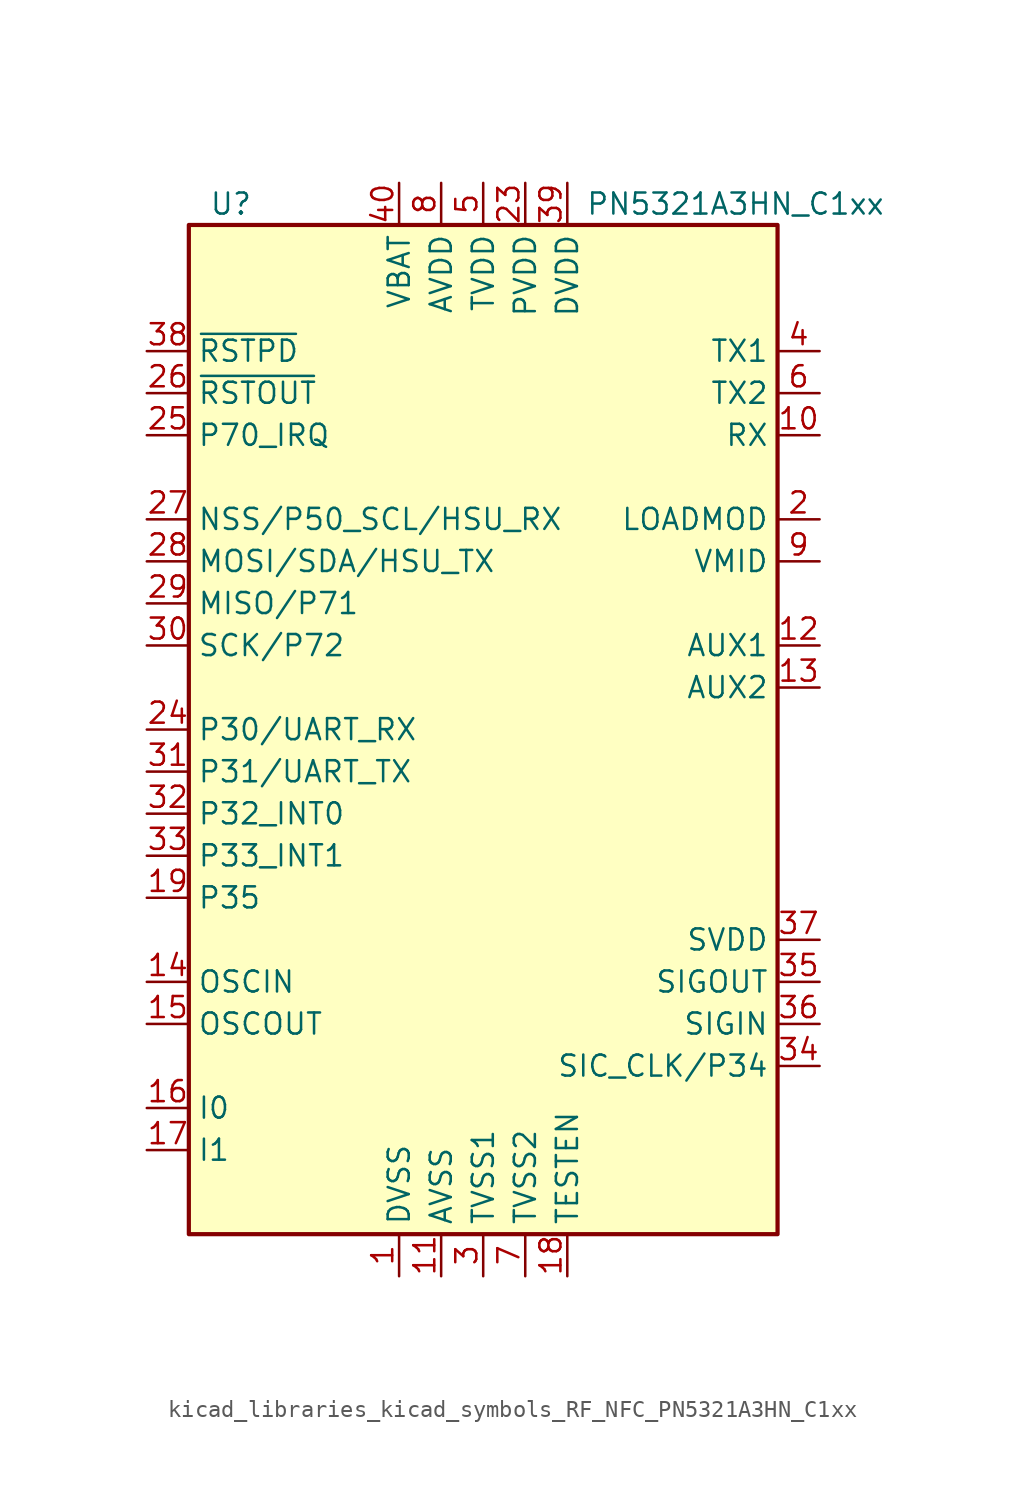
<source format=kicad_sym>
(kicad_symbol_lib
  (version 20220914)
  (generator kicad_symbol_editor)
  (symbol "kicad_libraries_kicad_symbols_RF_NFC_PN5321A3HN_C1xx"
    (property "Reference" "U"
      (at -15.24 31.75 0)
      (effects (font (size 1.27 1.27))))
    (property "Value" "PN5321A3HN_C1xx"
      (at 15.24 31.75 0)
      (effects (font (size 1.27 1.27))))
    (symbol "kicad_libraries_kicad_symbols_RF_NFC_PN5321A3HN_C1xx_0_1"
      (rectangle (start -17.78 30.48) (end 17.78 -30.48) (stroke (width 0.254) (type default)) (fill (type background))))
    (symbol "kicad_libraries_kicad_symbols_RF_NFC_PN5321A3HN_C1xx_1_1"
      (pin power_in line (at -5.08 -33.02 90) (length 2.54) (name "DVSS" (effects (font (size 1.27 1.27)))) (number "1" (effects (font (size 1.27 1.27)))))
      (pin input line (at 20.32 17.78 180) (length 2.54) (name "RX" (effects (font (size 1.27 1.27)))) (number "10" (effects (font (size 1.27 1.27)))))
      (pin power_in line (at -2.54 -33.02 90) (length 2.54) (name "AVSS" (effects (font (size 1.27 1.27)))) (number "11" (effects (font (size 1.27 1.27)))))
      (pin output line (at 20.32 5.08 180) (length 2.54) (name "AUX1" (effects (font (size 1.27 1.27)))) (number "12" (effects (font (size 1.27 1.27)))))
      (pin output line (at 20.32 2.54 180) (length 2.54) (name "AUX2" (effects (font (size 1.27 1.27)))) (number "13" (effects (font (size 1.27 1.27)))))
      (pin input line (at -20.32 -15.24 0) (length 2.54) (name "OSCIN" (effects (font (size 1.27 1.27)))) (number "14" (effects (font (size 1.27 1.27)))))
      (pin output line (at -20.32 -17.78 0) (length 2.54) (name "OSCOUT" (effects (font (size 1.27 1.27)))) (number "15" (effects (font (size 1.27 1.27)))))
      (pin passive line (at -20.32 -22.86 0) (length 2.54) (name "I0" (effects (font (size 1.27 1.27)))) (number "16" (effects (font (size 1.27 1.27)))))
      (pin passive line (at -20.32 -25.4 0) (length 2.54) (name "I1" (effects (font (size 1.27 1.27)))) (number "17" (effects (font (size 1.27 1.27)))))
      (pin passive line (at 5.08 -33.02 90) (length 2.54) (name "TESTEN" (effects (font (size 1.27 1.27)))) (number "18" (effects (font (size 1.27 1.27)))))
      (pin bidirectional line (at -20.32 -10.16 0) (length 2.54) (name "P35" (effects (font (size 1.27 1.27)))) (number "19" (effects (font (size 1.27 1.27)))))
      (pin output line (at 20.32 12.7 180) (length 2.54) (name "LOADMOD" (effects (font (size 1.27 1.27)))) (number "2" (effects (font (size 1.27 1.27)))))
      (pin no_connect line (at 17.78 -2.54 180) (length 2.54) hide (name "N.C." (effects (font (size 1.27 1.27)))) (number "20" (effects (font (size 1.27 1.27)))))
      (pin no_connect line (at 17.78 -5.08 180) (length 2.54) hide (name "N.C." (effects (font (size 1.27 1.27)))) (number "21" (effects (font (size 1.27 1.27)))))
      (pin no_connect line (at 17.78 -7.62 180) (length 2.54) hide (name "N.C." (effects (font (size 1.27 1.27)))) (number "22" (effects (font (size 1.27 1.27)))))
      (pin power_in line (at 2.54 33.02 270) (length 2.54) (name "PVDD" (effects (font (size 1.27 1.27)))) (number "23" (effects (font (size 1.27 1.27)))))
      (pin bidirectional line (at -20.32 0 0) (length 2.54) (name "P30/UART_RX" (effects (font (size 1.27 1.27)))) (number "24" (effects (font (size 1.27 1.27)))))
      (pin bidirectional line (at -20.32 17.78 0) (length 2.54) (name "P70_IRQ" (effects (font (size 1.27 1.27)))) (number "25" (effects (font (size 1.27 1.27)))))
      (pin output line (at -20.32 20.32 0) (length 2.54) (name "~{RSTOUT}" (effects (font (size 1.27 1.27)))) (number "26" (effects (font (size 1.27 1.27)))))
      (pin bidirectional line (at -20.32 12.7 0) (length 2.54) (name "NSS/P50_SCL/HSU_RX" (effects (font (size 1.27 1.27)))) (number "27" (effects (font (size 1.27 1.27)))))
      (pin bidirectional line (at -20.32 10.16 0) (length 2.54) (name "MOSI/SDA/HSU_TX" (effects (font (size 1.27 1.27)))) (number "28" (effects (font (size 1.27 1.27)))))
      (pin bidirectional line (at -20.32 7.62 0) (length 2.54) (name "MISO/P71" (effects (font (size 1.27 1.27)))) (number "29" (effects (font (size 1.27 1.27)))))
      (pin power_in line (at 0 -33.02 90) (length 2.54) (name "TVSS1" (effects (font (size 1.27 1.27)))) (number "3" (effects (font (size 1.27 1.27)))))
      (pin bidirectional line (at -20.32 5.08 0) (length 2.54) (name "SCK/P72" (effects (font (size 1.27 1.27)))) (number "30" (effects (font (size 1.27 1.27)))))
      (pin bidirectional line (at -20.32 -2.54 0) (length 2.54) (name "P31/UART_TX" (effects (font (size 1.27 1.27)))) (number "31" (effects (font (size 1.27 1.27)))))
      (pin bidirectional line (at -20.32 -5.08 0) (length 2.54) (name "P32_INT0" (effects (font (size 1.27 1.27)))) (number "32" (effects (font (size 1.27 1.27)))))
      (pin bidirectional line (at -20.32 -7.62 0) (length 2.54) (name "P33_INT1" (effects (font (size 1.27 1.27)))) (number "33" (effects (font (size 1.27 1.27)))))
      (pin bidirectional line (at 20.32 -20.32 180) (length 2.54) (name "SIC_CLK/P34" (effects (font (size 1.27 1.27)))) (number "34" (effects (font (size 1.27 1.27)))))
      (pin output line (at 20.32 -15.24 180) (length 2.54) (name "SIGOUT" (effects (font (size 1.27 1.27)))) (number "35" (effects (font (size 1.27 1.27)))))
      (pin input line (at 20.32 -17.78 180) (length 2.54) (name "SIGIN" (effects (font (size 1.27 1.27)))) (number "36" (effects (font (size 1.27 1.27)))))
      (pin output line (at 20.32 -12.7 180) (length 2.54) (name "SVDD" (effects (font (size 1.27 1.27)))) (number "37" (effects (font (size 1.27 1.27)))))
      (pin input line (at -20.32 22.86 0) (length 2.54) (name "~{RSTPD}" (effects (font (size 1.27 1.27)))) (number "38" (effects (font (size 1.27 1.27)))))
      (pin power_out line (at 5.08 33.02 270) (length 2.54) (name "DVDD" (effects (font (size 1.27 1.27)))) (number "39" (effects (font (size 1.27 1.27)))))
      (pin output line (at 20.32 22.86 180) (length 2.54) (name "TX1" (effects (font (size 1.27 1.27)))) (number "4" (effects (font (size 1.27 1.27)))))
      (pin power_in line (at -5.08 33.02 270) (length 2.54) (name "VBAT" (effects (font (size 1.27 1.27)))) (number "40" (effects (font (size 1.27 1.27)))))
      (pin passive line (at -2.54 -33.02 90) (length 2.54) hide (name "AVSS" (effects (font (size 1.27 1.27)))) (number "41" (effects (font (size 1.27 1.27)))))
      (pin power_in line (at 0 33.02 270) (length 2.54) (name "TVDD" (effects (font (size 1.27 1.27)))) (number "5" (effects (font (size 1.27 1.27)))))
      (pin output line (at 20.32 20.32 180) (length 2.54) (name "TX2" (effects (font (size 1.27 1.27)))) (number "6" (effects (font (size 1.27 1.27)))))
      (pin power_in line (at 2.54 -33.02 90) (length 2.54) (name "TVSS2" (effects (font (size 1.27 1.27)))) (number "7" (effects (font (size 1.27 1.27)))))
      (pin power_in line (at -2.54 33.02 270) (length 2.54) (name "AVDD" (effects (font (size 1.27 1.27)))) (number "8" (effects (font (size 1.27 1.27)))))
      (pin output line (at 20.32 10.16 180) (length 2.54) (name "VMID" (effects (font (size 1.27 1.27)))) (number "9" (effects (font (size 1.27 1.27))))))))
</source>
